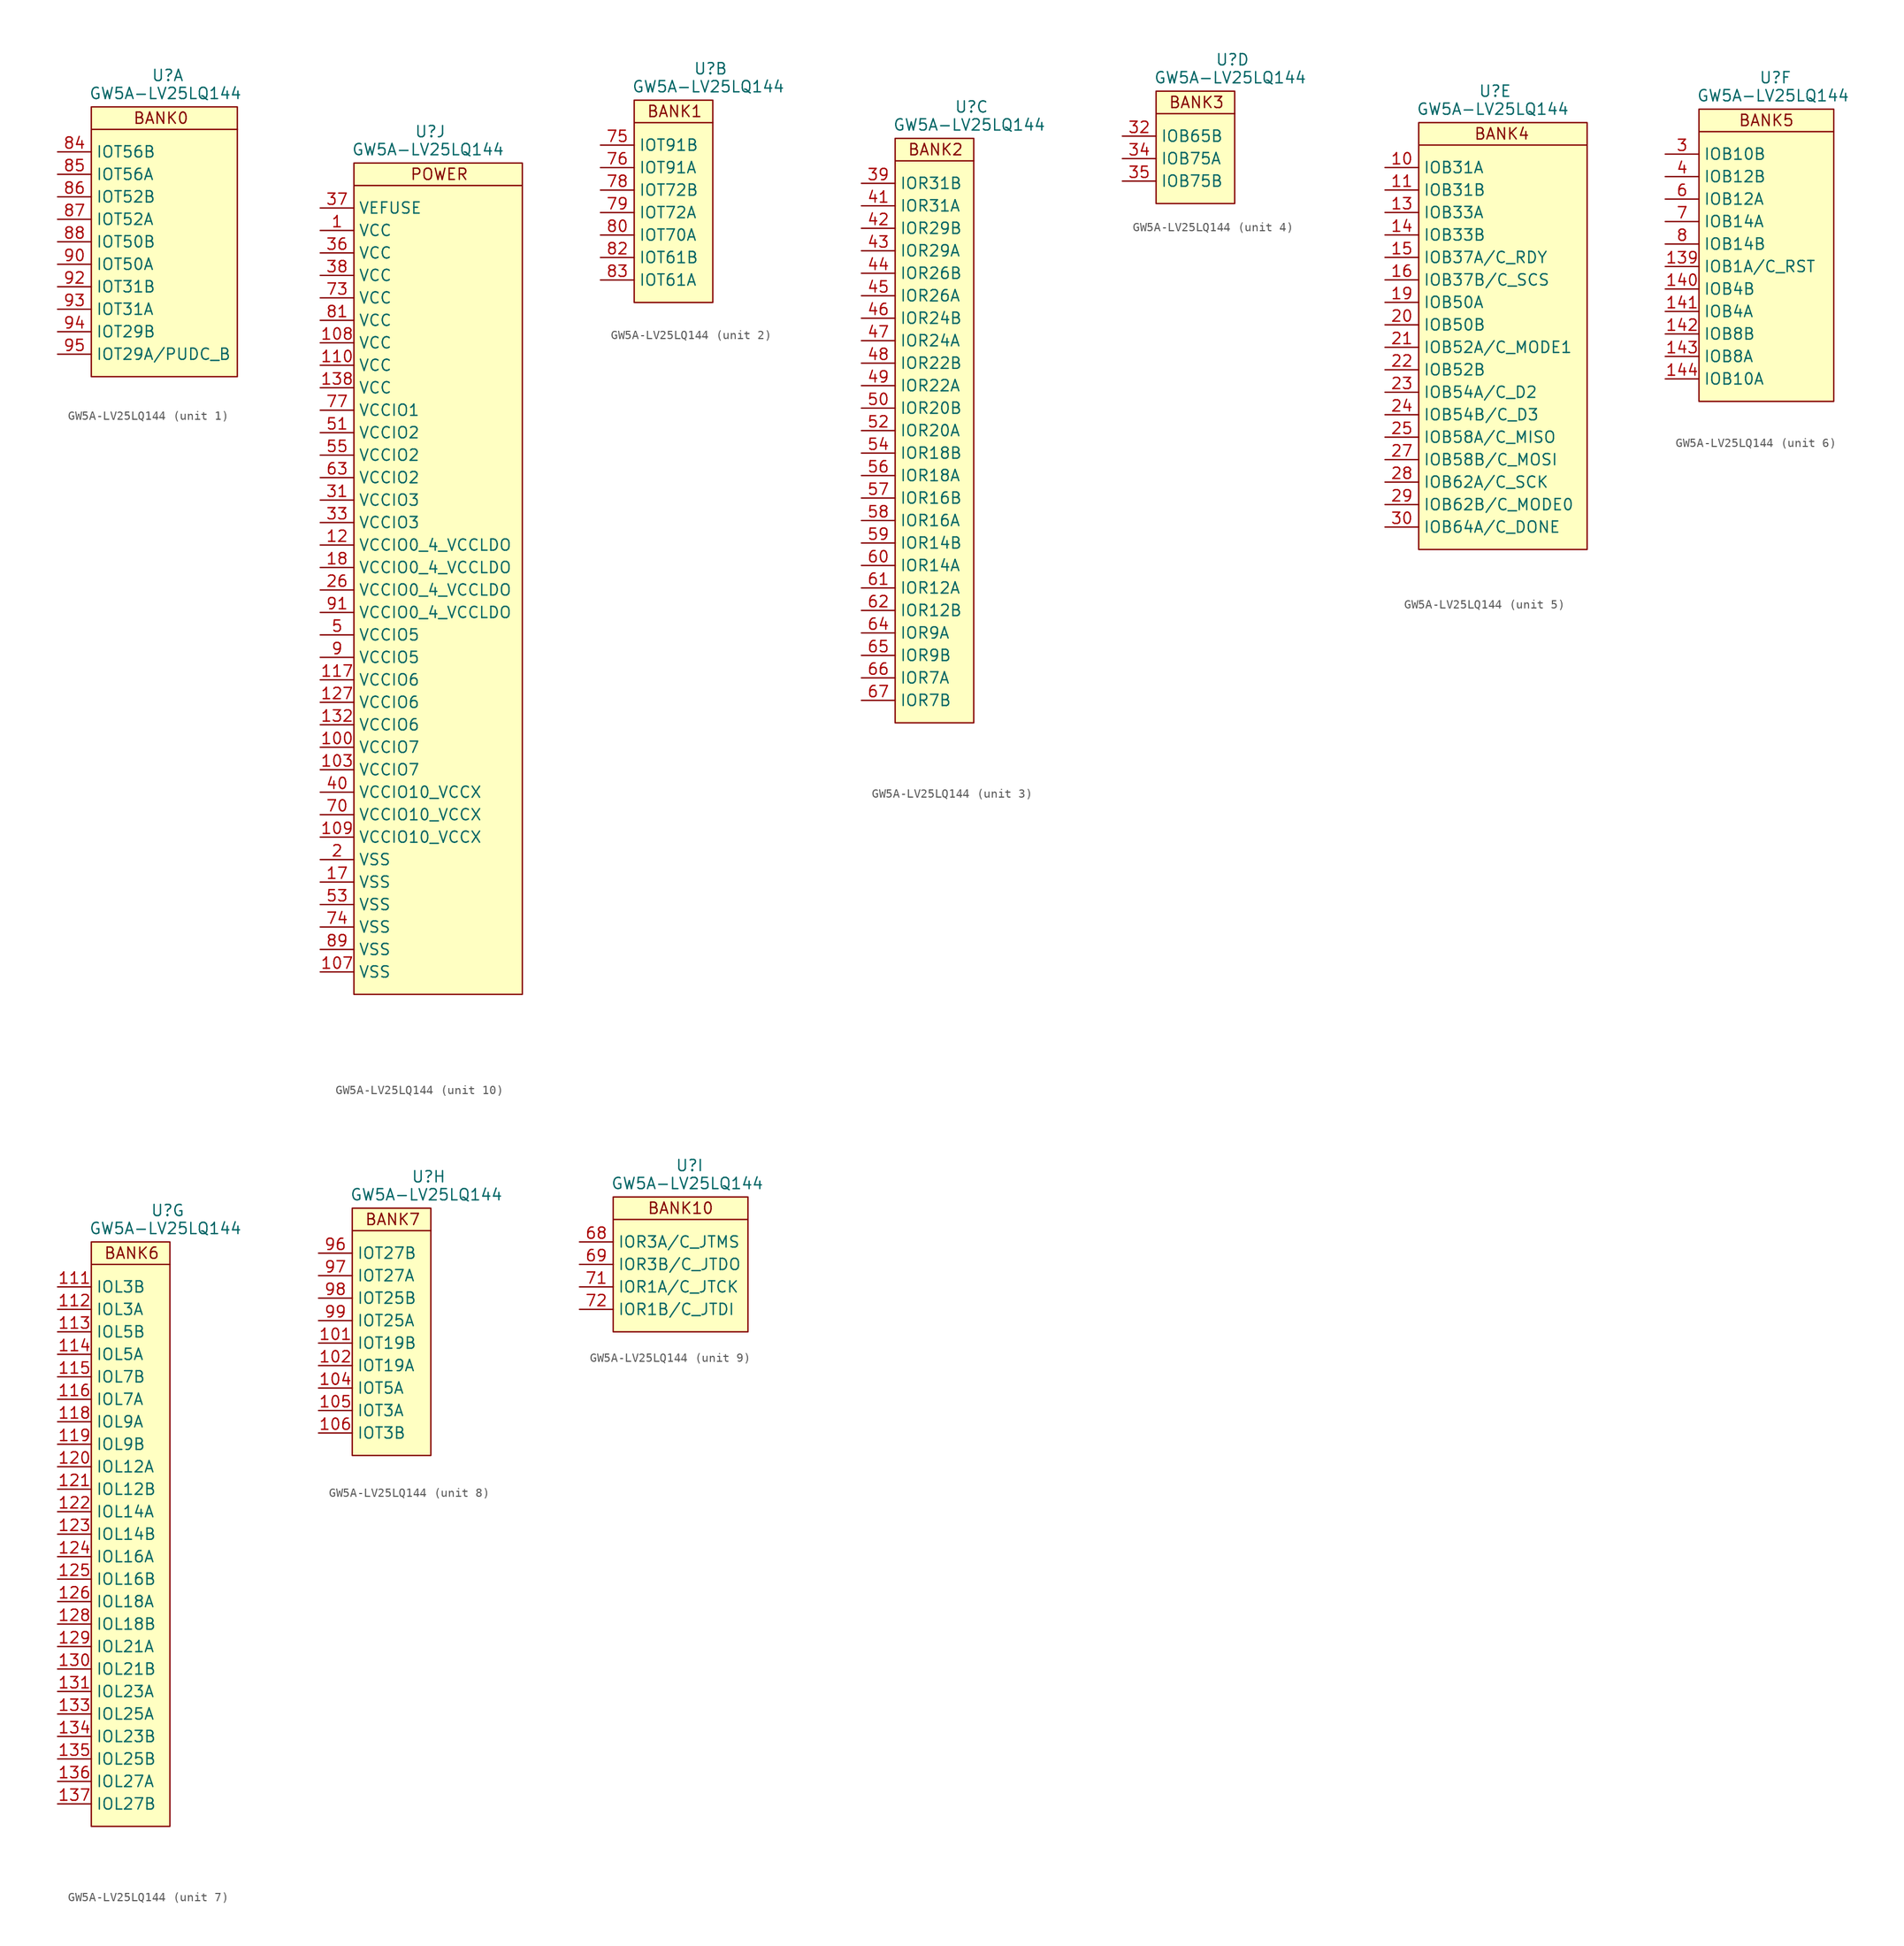
<source format=kicad_sym>
(kicad_symbol_lib
  (version 20241209)
  (generator "kicad_symbol_editor")
  (generator_version "9.0")
  (symbol "GW5A-LV25LQ144"
    (property "Reference" "U"
      (at 8.636 3.556 0)
      (effects (font (size 1.27 1.27))))
    (property "Value" "GW5A-LV25LQ144"
      (at 8.382 1.524 0)
      (effects (font (size 1.27 1.27))))
    (symbol "GW5A-LV25LQ144_1_1"
      (rectangle (start 0 0) (end 16.51 -30.48) (stroke (width 0) (type solid)) (fill (type background)))
      (polyline (pts (xy 0 -2.54) (xy 16.51 -2.54)) (stroke (width 0) (type solid)) (fill (type none)))
      (text "BANK0" (at 7.874 -1.27 0) (effects (font (size 1.27 1.27))))
      (pin bidirectional line (at -3.81 -5.08 0) (length 3.81) (name "IOT56B" (effects (font (size 1.27 1.27)))) (number "84" (effects (font (size 1.27 1.27)))))
      (pin bidirectional line (at -3.81 -7.62 0) (length 3.81) (name "IOT56A" (effects (font (size 1.27 1.27)))) (number "85" (effects (font (size 1.27 1.27)))))
      (pin bidirectional line (at -3.81 -10.16 0) (length 3.81) (name "IOT52B" (effects (font (size 1.27 1.27)))) (number "86" (effects (font (size 1.27 1.27)))))
      (pin bidirectional line (at -3.81 -12.7 0) (length 3.81) (name "IOT52A" (effects (font (size 1.27 1.27)))) (number "87" (effects (font (size 1.27 1.27)))))
      (pin bidirectional line (at -3.81 -15.24 0) (length 3.81) (name "IOT50B" (effects (font (size 1.27 1.27)))) (number "88" (effects (font (size 1.27 1.27)))))
      (pin bidirectional line (at -3.81 -17.78 0) (length 3.81) (name "IOT50A" (effects (font (size 1.27 1.27)))) (number "90" (effects (font (size 1.27 1.27)))))
      (pin bidirectional line (at -3.81 -20.32 0) (length 3.81) (name "IOT31B" (effects (font (size 1.27 1.27)))) (number "92" (effects (font (size 1.27 1.27)))))
      (pin bidirectional line (at -3.81 -22.86 0) (length 3.81) (name "IOT31A" (effects (font (size 1.27 1.27)))) (number "93" (effects (font (size 1.27 1.27)))))
      (pin bidirectional line (at -3.81 -25.4 0) (length 3.81) (name "IOT29B" (effects (font (size 1.27 1.27)))) (number "94" (effects (font (size 1.27 1.27)))))
      (pin bidirectional line (at -3.81 -27.94 0) (length 3.81) (name "IOT29A/PUDC_B" (effects (font (size 1.27 1.27)))) (number "95" (effects (font (size 1.27 1.27))))))
    (symbol "GW5A-LV25LQ144_2_1"
      (rectangle (start 0 0) (end 8.89 -22.86) (stroke (width 0) (type solid)) (fill (type background)))
      (polyline (pts (xy 0 -2.54) (xy 8.89 -2.54)) (stroke (width 0) (type solid)) (fill (type none)))
      (text "BANK1" (at 4.572 -1.27 0) (effects (font (size 1.27 1.27))))
      (pin bidirectional line (at -3.81 -5.08 0) (length 3.81) (name "IOT91B" (effects (font (size 1.27 1.27)))) (number "75" (effects (font (size 1.27 1.27)))))
      (pin bidirectional line (at -3.81 -7.62 0) (length 3.81) (name "IOT91A" (effects (font (size 1.27 1.27)))) (number "76" (effects (font (size 1.27 1.27)))))
      (pin bidirectional line (at -3.81 -10.16 0) (length 3.81) (name "IOT72B" (effects (font (size 1.27 1.27)))) (number "78" (effects (font (size 1.27 1.27)))))
      (pin bidirectional line (at -3.81 -12.7 0) (length 3.81) (name "IOT72A" (effects (font (size 1.27 1.27)))) (number "79" (effects (font (size 1.27 1.27)))))
      (pin bidirectional line (at -3.81 -15.24 0) (length 3.81) (name "IOT70A" (effects (font (size 1.27 1.27)))) (number "80" (effects (font (size 1.27 1.27)))))
      (pin bidirectional line (at -3.81 -17.78 0) (length 3.81) (name "IOT61B" (effects (font (size 1.27 1.27)))) (number "82" (effects (font (size 1.27 1.27)))))
      (pin bidirectional line (at -3.81 -20.32 0) (length 3.81) (name "IOT61A" (effects (font (size 1.27 1.27)))) (number "83" (effects (font (size 1.27 1.27))))))
    (symbol "GW5A-LV25LQ144_3_1"
      (rectangle (start 0 0) (end 8.89 -66.04) (stroke (width 0) (type solid)) (fill (type background)))
      (polyline (pts (xy 0 -2.54) (xy 8.89 -2.54)) (stroke (width 0) (type solid)) (fill (type none)))
      (text "BANK2" (at 4.572 -1.27 0) (effects (font (size 1.27 1.27))))
      (pin bidirectional line (at -3.81 -5.08 0) (length 3.81) (name "IOR31B" (effects (font (size 1.27 1.27)))) (number "39" (effects (font (size 1.27 1.27)))))
      (pin bidirectional line (at -3.81 -7.62 0) (length 3.81) (name "IOR31A" (effects (font (size 1.27 1.27)))) (number "41" (effects (font (size 1.27 1.27)))))
      (pin bidirectional line (at -3.81 -10.16 0) (length 3.81) (name "IOR29B" (effects (font (size 1.27 1.27)))) (number "42" (effects (font (size 1.27 1.27)))))
      (pin bidirectional line (at -3.81 -12.7 0) (length 3.81) (name "IOR29A" (effects (font (size 1.27 1.27)))) (number "43" (effects (font (size 1.27 1.27)))))
      (pin bidirectional line (at -3.81 -15.24 0) (length 3.81) (name "IOR26B" (effects (font (size 1.27 1.27)))) (number "44" (effects (font (size 1.27 1.27)))))
      (pin bidirectional line (at -3.81 -17.78 0) (length 3.81) (name "IOR26A" (effects (font (size 1.27 1.27)))) (number "45" (effects (font (size 1.27 1.27)))))
      (pin bidirectional line (at -3.81 -20.32 0) (length 3.81) (name "IOR24B" (effects (font (size 1.27 1.27)))) (number "46" (effects (font (size 1.27 1.27)))))
      (pin bidirectional line (at -3.81 -22.86 0) (length 3.81) (name "IOR24A" (effects (font (size 1.27 1.27)))) (number "47" (effects (font (size 1.27 1.27)))))
      (pin bidirectional line (at -3.81 -25.4 0) (length 3.81) (name "IOR22B" (effects (font (size 1.27 1.27)))) (number "48" (effects (font (size 1.27 1.27)))))
      (pin bidirectional line (at -3.81 -27.94 0) (length 3.81) (name "IOR22A" (effects (font (size 1.27 1.27)))) (number "49" (effects (font (size 1.27 1.27)))))
      (pin bidirectional line (at -3.81 -30.48 0) (length 3.81) (name "IOR20B" (effects (font (size 1.27 1.27)))) (number "50" (effects (font (size 1.27 1.27)))))
      (pin bidirectional line (at -3.81 -33.02 0) (length 3.81) (name "IOR20A" (effects (font (size 1.27 1.27)))) (number "52" (effects (font (size 1.27 1.27)))))
      (pin bidirectional line (at -3.81 -35.56 0) (length 3.81) (name "IOR18B" (effects (font (size 1.27 1.27)))) (number "54" (effects (font (size 1.27 1.27)))))
      (pin bidirectional line (at -3.81 -38.1 0) (length 3.81) (name "IOR18A" (effects (font (size 1.27 1.27)))) (number "56" (effects (font (size 1.27 1.27)))))
      (pin bidirectional line (at -3.81 -40.64 0) (length 3.81) (name "IOR16B" (effects (font (size 1.27 1.27)))) (number "57" (effects (font (size 1.27 1.27)))))
      (pin bidirectional line (at -3.81 -43.18 0) (length 3.81) (name "IOR16A" (effects (font (size 1.27 1.27)))) (number "58" (effects (font (size 1.27 1.27)))))
      (pin bidirectional line (at -3.81 -45.72 0) (length 3.81) (name "IOR14B" (effects (font (size 1.27 1.27)))) (number "59" (effects (font (size 1.27 1.27)))))
      (pin bidirectional line (at -3.81 -48.26 0) (length 3.81) (name "IOR14A" (effects (font (size 1.27 1.27)))) (number "60" (effects (font (size 1.27 1.27)))))
      (pin bidirectional line (at -3.81 -50.8 0) (length 3.81) (name "IOR12A" (effects (font (size 1.27 1.27)))) (number "61" (effects (font (size 1.27 1.27)))))
      (pin bidirectional line (at -3.81 -53.34 0) (length 3.81) (name "IOR12B" (effects (font (size 1.27 1.27)))) (number "62" (effects (font (size 1.27 1.27)))))
      (pin bidirectional line (at -3.81 -55.88 0) (length 3.81) (name "IOR9A" (effects (font (size 1.27 1.27)))) (number "64" (effects (font (size 1.27 1.27)))))
      (pin bidirectional line (at -3.81 -58.42 0) (length 3.81) (name "IOR9B" (effects (font (size 1.27 1.27)))) (number "65" (effects (font (size 1.27 1.27)))))
      (pin bidirectional line (at -3.81 -60.96 0) (length 3.81) (name "IOR7A" (effects (font (size 1.27 1.27)))) (number "66" (effects (font (size 1.27 1.27)))))
      (pin bidirectional line (at -3.81 -63.5 0) (length 3.81) (name "IOR7B" (effects (font (size 1.27 1.27)))) (number "67" (effects (font (size 1.27 1.27))))))
    (symbol "GW5A-LV25LQ144_4_1"
      (rectangle (start 0 0) (end 8.89 -12.7) (stroke (width 0) (type solid)) (fill (type background)))
      (polyline (pts (xy 0 -2.54) (xy 8.89 -2.54)) (stroke (width 0) (type solid)) (fill (type none)))
      (text "BANK3" (at 4.572 -1.27 0) (effects (font (size 1.27 1.27))))
      (pin bidirectional line (at -3.81 -5.08 0) (length 3.81) (name "IOB65B" (effects (font (size 1.27 1.27)))) (number "32" (effects (font (size 1.27 1.27)))))
      (pin bidirectional line (at -3.81 -7.62 0) (length 3.81) (name "IOB75A" (effects (font (size 1.27 1.27)))) (number "34" (effects (font (size 1.27 1.27)))))
      (pin bidirectional line (at -3.81 -10.16 0) (length 3.81) (name "IOB75B" (effects (font (size 1.27 1.27)))) (number "35" (effects (font (size 1.27 1.27))))))
    (symbol "GW5A-LV25LQ144_5_1"
      (rectangle (start 0 0) (end 19.05 -48.26) (stroke (width 0) (type solid)) (fill (type background)))
      (polyline (pts (xy 0 -2.54) (xy 19.05 -2.54)) (stroke (width 0) (type solid)) (fill (type none)))
      (text "BANK4" (at 9.398 -1.27 0) (effects (font (size 1.27 1.27))))
      (pin bidirectional line (at -3.81 -5.08 0) (length 3.81) (name "IOB31A" (effects (font (size 1.27 1.27)))) (number "10" (effects (font (size 1.27 1.27)))))
      (pin bidirectional line (at -3.81 -7.62 0) (length 3.81) (name "IOB31B" (effects (font (size 1.27 1.27)))) (number "11" (effects (font (size 1.27 1.27)))))
      (pin bidirectional line (at -3.81 -10.16 0) (length 3.81) (name "IOB33A" (effects (font (size 1.27 1.27)))) (number "13" (effects (font (size 1.27 1.27)))))
      (pin bidirectional line (at -3.81 -12.7 0) (length 3.81) (name "IOB33B" (effects (font (size 1.27 1.27)))) (number "14" (effects (font (size 1.27 1.27)))))
      (pin bidirectional line (at -3.81 -15.24 0) (length 3.81) (name "IOB37A/C_RDY" (effects (font (size 1.27 1.27)))) (number "15" (effects (font (size 1.27 1.27)))))
      (pin bidirectional line (at -3.81 -17.78 0) (length 3.81) (name "IOB37B/C_SCS" (effects (font (size 1.27 1.27)))) (number "16" (effects (font (size 1.27 1.27)))))
      (pin bidirectional line (at -3.81 -20.32 0) (length 3.81) (name "IOB50A" (effects (font (size 1.27 1.27)))) (number "19" (effects (font (size 1.27 1.27)))))
      (pin bidirectional line (at -3.81 -22.86 0) (length 3.81) (name "IOB50B" (effects (font (size 1.27 1.27)))) (number "20" (effects (font (size 1.27 1.27)))))
      (pin bidirectional line (at -3.81 -25.4 0) (length 3.81) (name "IOB52A/C_MODE1" (effects (font (size 1.27 1.27)))) (number "21" (effects (font (size 1.27 1.27)))))
      (pin bidirectional line (at -3.81 -27.94 0) (length 3.81) (name "IOB52B" (effects (font (size 1.27 1.27)))) (number "22" (effects (font (size 1.27 1.27)))))
      (pin bidirectional line (at -3.81 -30.48 0) (length 3.81) (name "IOB54A/C_D2" (effects (font (size 1.27 1.27)))) (number "23" (effects (font (size 1.27 1.27)))))
      (pin bidirectional line (at -3.81 -33.02 0) (length 3.81) (name "IOB54B/C_D3" (effects (font (size 1.27 1.27)))) (number "24" (effects (font (size 1.27 1.27)))))
      (pin bidirectional line (at -3.81 -35.56 0) (length 3.81) (name "IOB58A/C_MISO" (effects (font (size 1.27 1.27)))) (number "25" (effects (font (size 1.27 1.27)))))
      (pin bidirectional line (at -3.81 -38.1 0) (length 3.81) (name "IOB58B/C_MOSI" (effects (font (size 1.27 1.27)))) (number "27" (effects (font (size 1.27 1.27)))))
      (pin bidirectional line (at -3.81 -40.64 0) (length 3.81) (name "IOB62A/C_SCK" (effects (font (size 1.27 1.27)))) (number "28" (effects (font (size 1.27 1.27)))))
      (pin bidirectional line (at -3.81 -43.18 0) (length 3.81) (name "IOB62B/C_MODE0" (effects (font (size 1.27 1.27)))) (number "29" (effects (font (size 1.27 1.27)))))
      (pin bidirectional line (at -3.81 -45.72 0) (length 3.81) (name "IOB64A/C_DONE" (effects (font (size 1.27 1.27)))) (number "30" (effects (font (size 1.27 1.27))))))
    (symbol "GW5A-LV25LQ144_6_1"
      (rectangle (start 0 0) (end 15.24 -33.02) (stroke (width 0) (type solid)) (fill (type background)))
      (polyline (pts (xy 0 -2.54) (xy 15.24 -2.54)) (stroke (width 0) (type solid)) (fill (type none)))
      (text "BANK5" (at 7.62 -1.27 0) (effects (font (size 1.27 1.27))))
      (pin bidirectional line (at -3.81 -5.08 0) (length 3.81) (name "IOB10B" (effects (font (size 1.27 1.27)))) (number "3" (effects (font (size 1.27 1.27)))))
      (pin bidirectional line (at -3.81 -7.62 0) (length 3.81) (name "IOB12B" (effects (font (size 1.27 1.27)))) (number "4" (effects (font (size 1.27 1.27)))))
      (pin bidirectional line (at -3.81 -10.16 0) (length 3.81) (name "IOB12A" (effects (font (size 1.27 1.27)))) (number "6" (effects (font (size 1.27 1.27)))))
      (pin bidirectional line (at -3.81 -12.7 0) (length 3.81) (name "IOB14A" (effects (font (size 1.27 1.27)))) (number "7" (effects (font (size 1.27 1.27)))))
      (pin bidirectional line (at -3.81 -15.24 0) (length 3.81) (name "IOB14B" (effects (font (size 1.27 1.27)))) (number "8" (effects (font (size 1.27 1.27)))))
      (pin bidirectional line (at -3.81 -17.78 0) (length 3.81) (name "IOB1A/C_RST" (effects (font (size 1.27 1.27)))) (number "139" (effects (font (size 1.27 1.27)))))
      (pin bidirectional line (at -3.81 -20.32 0) (length 3.81) (name "IOB4B" (effects (font (size 1.27 1.27)))) (number "140" (effects (font (size 1.27 1.27)))))
      (pin bidirectional line (at -3.81 -22.86 0) (length 3.81) (name "IOB4A" (effects (font (size 1.27 1.27)))) (number "141" (effects (font (size 1.27 1.27)))))
      (pin bidirectional line (at -3.81 -25.4 0) (length 3.81) (name "IOB8B" (effects (font (size 1.27 1.27)))) (number "142" (effects (font (size 1.27 1.27)))))
      (pin bidirectional line (at -3.81 -27.94 0) (length 3.81) (name "IOB8A" (effects (font (size 1.27 1.27)))) (number "143" (effects (font (size 1.27 1.27)))))
      (pin bidirectional line (at -3.81 -30.48 0) (length 3.81) (name "IOB10A" (effects (font (size 1.27 1.27)))) (number "144" (effects (font (size 1.27 1.27))))))
    (symbol "GW5A-LV25LQ144_7_1"
      (rectangle (start 0 0) (end 8.89 -66.04) (stroke (width 0) (type solid)) (fill (type background)))
      (polyline (pts (xy 0 -2.54) (xy 8.89 -2.54)) (stroke (width 0) (type solid)) (fill (type none)))
      (text "BANK6" (at 4.572 -1.27 0) (effects (font (size 1.27 1.27))))
      (pin bidirectional line (at -3.81 -5.08 0) (length 3.81) (name "IOL3B" (effects (font (size 1.27 1.27)))) (number "111" (effects (font (size 1.27 1.27)))))
      (pin bidirectional line (at -3.81 -7.62 0) (length 3.81) (name "IOL3A" (effects (font (size 1.27 1.27)))) (number "112" (effects (font (size 1.27 1.27)))))
      (pin bidirectional line (at -3.81 -10.16 0) (length 3.81) (name "IOL5B" (effects (font (size 1.27 1.27)))) (number "113" (effects (font (size 1.27 1.27)))))
      (pin bidirectional line (at -3.81 -12.7 0) (length 3.81) (name "IOL5A" (effects (font (size 1.27 1.27)))) (number "114" (effects (font (size 1.27 1.27)))))
      (pin bidirectional line (at -3.81 -15.24 0) (length 3.81) (name "IOL7B" (effects (font (size 1.27 1.27)))) (number "115" (effects (font (size 1.27 1.27)))))
      (pin bidirectional line (at -3.81 -17.78 0) (length 3.81) (name "IOL7A" (effects (font (size 1.27 1.27)))) (number "116" (effects (font (size 1.27 1.27)))))
      (pin bidirectional line (at -3.81 -20.32 0) (length 3.81) (name "IOL9A" (effects (font (size 1.27 1.27)))) (number "118" (effects (font (size 1.27 1.27)))))
      (pin bidirectional line (at -3.81 -22.86 0) (length 3.81) (name "IOL9B" (effects (font (size 1.27 1.27)))) (number "119" (effects (font (size 1.27 1.27)))))
      (pin bidirectional line (at -3.81 -25.4 0) (length 3.81) (name "IOL12A" (effects (font (size 1.27 1.27)))) (number "120" (effects (font (size 1.27 1.27)))))
      (pin bidirectional line (at -3.81 -27.94 0) (length 3.81) (name "IOL12B" (effects (font (size 1.27 1.27)))) (number "121" (effects (font (size 1.27 1.27)))))
      (pin bidirectional line (at -3.81 -30.48 0) (length 3.81) (name "IOL14A" (effects (font (size 1.27 1.27)))) (number "122" (effects (font (size 1.27 1.27)))))
      (pin bidirectional line (at -3.81 -33.02 0) (length 3.81) (name "IOL14B" (effects (font (size 1.27 1.27)))) (number "123" (effects (font (size 1.27 1.27)))))
      (pin bidirectional line (at -3.81 -35.56 0) (length 3.81) (name "IOL16A" (effects (font (size 1.27 1.27)))) (number "124" (effects (font (size 1.27 1.27)))))
      (pin bidirectional line (at -3.81 -38.1 0) (length 3.81) (name "IOL16B" (effects (font (size 1.27 1.27)))) (number "125" (effects (font (size 1.27 1.27)))))
      (pin bidirectional line (at -3.81 -40.64 0) (length 3.81) (name "IOL18A" (effects (font (size 1.27 1.27)))) (number "126" (effects (font (size 1.27 1.27)))))
      (pin bidirectional line (at -3.81 -43.18 0) (length 3.81) (name "IOL18B" (effects (font (size 1.27 1.27)))) (number "128" (effects (font (size 1.27 1.27)))))
      (pin bidirectional line (at -3.81 -45.72 0) (length 3.81) (name "IOL21A" (effects (font (size 1.27 1.27)))) (number "129" (effects (font (size 1.27 1.27)))))
      (pin bidirectional line (at -3.81 -48.26 0) (length 3.81) (name "IOL21B" (effects (font (size 1.27 1.27)))) (number "130" (effects (font (size 1.27 1.27)))))
      (pin bidirectional line (at -3.81 -50.8 0) (length 3.81) (name "IOL23A" (effects (font (size 1.27 1.27)))) (number "131" (effects (font (size 1.27 1.27)))))
      (pin bidirectional line (at -3.81 -53.34 0) (length 3.81) (name "IOL25A" (effects (font (size 1.27 1.27)))) (number "133" (effects (font (size 1.27 1.27)))))
      (pin bidirectional line (at -3.81 -55.88 0) (length 3.81) (name "IOL23B" (effects (font (size 1.27 1.27)))) (number "134" (effects (font (size 1.27 1.27)))))
      (pin bidirectional line (at -3.81 -58.42 0) (length 3.81) (name "IOL25B" (effects (font (size 1.27 1.27)))) (number "135" (effects (font (size 1.27 1.27)))))
      (pin bidirectional line (at -3.81 -60.96 0) (length 3.81) (name "IOL27A" (effects (font (size 1.27 1.27)))) (number "136" (effects (font (size 1.27 1.27)))))
      (pin bidirectional line (at -3.81 -63.5 0) (length 3.81) (name "IOL27B" (effects (font (size 1.27 1.27)))) (number "137" (effects (font (size 1.27 1.27))))))
    (symbol "GW5A-LV25LQ144_8_1"
      (rectangle (start 0 0) (end 8.89 -27.94) (stroke (width 0) (type solid)) (fill (type background)))
      (polyline (pts (xy 0 -2.54) (xy 8.89 -2.54)) (stroke (width 0) (type solid)) (fill (type none)))
      (text "BANK7" (at 4.572 -1.27 0) (effects (font (size 1.27 1.27))))
      (pin bidirectional line (at -3.81 -5.08 0) (length 3.81) (name "IOT27B" (effects (font (size 1.27 1.27)))) (number "96" (effects (font (size 1.27 1.27)))))
      (pin bidirectional line (at -3.81 -7.62 0) (length 3.81) (name "IOT27A" (effects (font (size 1.27 1.27)))) (number "97" (effects (font (size 1.27 1.27)))))
      (pin bidirectional line (at -3.81 -10.16 0) (length 3.81) (name "IOT25B" (effects (font (size 1.27 1.27)))) (number "98" (effects (font (size 1.27 1.27)))))
      (pin bidirectional line (at -3.81 -12.7 0) (length 3.81) (name "IOT25A" (effects (font (size 1.27 1.27)))) (number "99" (effects (font (size 1.27 1.27)))))
      (pin bidirectional line (at -3.81 -15.24 0) (length 3.81) (name "IOT19B" (effects (font (size 1.27 1.27)))) (number "101" (effects (font (size 1.27 1.27)))))
      (pin bidirectional line (at -3.81 -17.78 0) (length 3.81) (name "IOT19A" (effects (font (size 1.27 1.27)))) (number "102" (effects (font (size 1.27 1.27)))))
      (pin bidirectional line (at -3.81 -20.32 0) (length 3.81) (name "IOT5A" (effects (font (size 1.27 1.27)))) (number "104" (effects (font (size 1.27 1.27)))))
      (pin bidirectional line (at -3.81 -22.86 0) (length 3.81) (name "IOT3A" (effects (font (size 1.27 1.27)))) (number "105" (effects (font (size 1.27 1.27)))))
      (pin bidirectional line (at -3.81 -25.4 0) (length 3.81) (name "IOT3B" (effects (font (size 1.27 1.27)))) (number "106" (effects (font (size 1.27 1.27))))))
    (symbol "GW5A-LV25LQ144_9_1"
      (rectangle (start 0 0) (end 15.24 -15.24) (stroke (width 0) (type solid)) (fill (type background)))
      (polyline (pts (xy 0 -2.54) (xy 15.24 -2.54)) (stroke (width 0) (type solid)) (fill (type none)))
      (text "BANK10" (at 7.62 -1.27 0) (effects (font (size 1.27 1.27))))
      (pin bidirectional line (at -3.81 -5.08 0) (length 3.81) (name "IOR3A/C_JTMS" (effects (font (size 1.27 1.27)))) (number "68" (effects (font (size 1.27 1.27)))))
      (pin bidirectional line (at -3.81 -7.62 0) (length 3.81) (name "IOR3B/C_JTDO" (effects (font (size 1.27 1.27)))) (number "69" (effects (font (size 1.27 1.27)))))
      (pin bidirectional line (at -3.81 -10.16 0) (length 3.81) (name "IOR1A/C_JTCK" (effects (font (size 1.27 1.27)))) (number "71" (effects (font (size 1.27 1.27)))))
      (pin bidirectional line (at -3.81 -12.7 0) (length 3.81) (name "IOR1B/C_JTDI" (effects (font (size 1.27 1.27)))) (number "72" (effects (font (size 1.27 1.27))))))
    (symbol "GW5A-LV25LQ144_10_1"
      (rectangle (start 0 0) (end 19.05 -93.98) (stroke (width 0) (type solid)) (fill (type background)))
      (polyline (pts (xy 0 -2.54) (xy 19.05 -2.54)) (stroke (width 0) (type solid)) (fill (type none)))
      (text "POWER" (at 9.652 -1.27 0) (effects (font (size 1.27 1.27))))
      (pin power_in line (at -3.81 -5.08 0) (length 3.81) (name "VEFUSE" (effects (font (size 1.27 1.27)))) (number "37" (effects (font (size 1.27 1.27)))))
      (pin power_in line (at -3.81 -7.62 0) (length 3.81) (name "VCC" (effects (font (size 1.27 1.27)))) (number "1" (effects (font (size 1.27 1.27)))))
      (pin power_in line (at -3.81 -10.16 0) (length 3.81) (name "VCC" (effects (font (size 1.27 1.27)))) (number "36" (effects (font (size 1.27 1.27)))))
      (pin power_in line (at -3.81 -12.7 0) (length 3.81) (name "VCC" (effects (font (size 1.27 1.27)))) (number "38" (effects (font (size 1.27 1.27)))))
      (pin power_in line (at -3.81 -15.24 0) (length 3.81) (name "VCC" (effects (font (size 1.27 1.27)))) (number "73" (effects (font (size 1.27 1.27)))))
      (pin power_in line (at -3.81 -17.78 0) (length 3.81) (name "VCC" (effects (font (size 1.27 1.27)))) (number "81" (effects (font (size 1.27 1.27)))))
      (pin power_in line (at -3.81 -20.32 0) (length 3.81) (name "VCC" (effects (font (size 1.27 1.27)))) (number "108" (effects (font (size 1.27 1.27)))))
      (pin power_in line (at -3.81 -22.86 0) (length 3.81) (name "VCC" (effects (font (size 1.27 1.27)))) (number "110" (effects (font (size 1.27 1.27)))))
      (pin power_in line (at -3.81 -25.4 0) (length 3.81) (name "VCC" (effects (font (size 1.27 1.27)))) (number "138" (effects (font (size 1.27 1.27)))))
      (pin power_in line (at -3.81 -27.94 0) (length 3.81) (name "VCCIO1" (effects (font (size 1.27 1.27)))) (number "77" (effects (font (size 1.27 1.27)))))
      (pin power_in line (at -3.81 -30.48 0) (length 3.81) (name "VCCIO2" (effects (font (size 1.27 1.27)))) (number "51" (effects (font (size 1.27 1.27)))))
      (pin power_in line (at -3.81 -33.02 0) (length 3.81) (name "VCCIO2" (effects (font (size 1.27 1.27)))) (number "55" (effects (font (size 1.27 1.27)))))
      (pin power_in line (at -3.81 -35.56 0) (length 3.81) (name "VCCIO2" (effects (font (size 1.27 1.27)))) (number "63" (effects (font (size 1.27 1.27)))))
      (pin power_in line (at -3.81 -38.1 0) (length 3.81) (name "VCCIO3" (effects (font (size 1.27 1.27)))) (number "31" (effects (font (size 1.27 1.27)))))
      (pin power_in line (at -3.81 -40.64 0) (length 3.81) (name "VCCIO3" (effects (font (size 1.27 1.27)))) (number "33" (effects (font (size 1.27 1.27)))))
      (pin power_in line (at -3.81 -43.18 0) (length 3.81) (name "VCCIO0_4_VCCLDO" (effects (font (size 1.27 1.27)))) (number "12" (effects (font (size 1.27 1.27)))))
      (pin power_in line (at -3.81 -45.72 0) (length 3.81) (name "VCCIO0_4_VCCLDO" (effects (font (size 1.27 1.27)))) (number "18" (effects (font (size 1.27 1.27)))))
      (pin power_in line (at -3.81 -48.26 0) (length 3.81) (name "VCCIO0_4_VCCLDO" (effects (font (size 1.27 1.27)))) (number "26" (effects (font (size 1.27 1.27)))))
      (pin power_in line (at -3.81 -50.8 0) (length 3.81) (name "VCCIO0_4_VCCLDO" (effects (font (size 1.27 1.27)))) (number "91" (effects (font (size 1.27 1.27)))))
      (pin power_in line (at -3.81 -53.34 0) (length 3.81) (name "VCCIO5" (effects (font (size 1.27 1.27)))) (number "5" (effects (font (size 1.27 1.27)))))
      (pin power_in line (at -3.81 -55.88 0) (length 3.81) (name "VCCIO5" (effects (font (size 1.27 1.27)))) (number "9" (effects (font (size 1.27 1.27)))))
      (pin power_in line (at -3.81 -58.42 0) (length 3.81) (name "VCCIO6" (effects (font (size 1.27 1.27)))) (number "117" (effects (font (size 1.27 1.27)))))
      (pin power_in line (at -3.81 -60.96 0) (length 3.81) (name "VCCIO6" (effects (font (size 1.27 1.27)))) (number "127" (effects (font (size 1.27 1.27)))))
      (pin power_in line (at -3.81 -63.5 0) (length 3.81) (name "VCCIO6" (effects (font (size 1.27 1.27)))) (number "132" (effects (font (size 1.27 1.27)))))
      (pin power_in line (at -3.81 -66.04 0) (length 3.81) (name "VCCIO7" (effects (font (size 1.27 1.27)))) (number "100" (effects (font (size 1.27 1.27)))))
      (pin power_in line (at -3.81 -68.58 0) (length 3.81) (name "VCCIO7" (effects (font (size 1.27 1.27)))) (number "103" (effects (font (size 1.27 1.27)))))
      (pin power_in line (at -3.81 -71.12 0) (length 3.81) (name "VCCIO10_VCCX" (effects (font (size 1.27 1.27)))) (number "40" (effects (font (size 1.27 1.27)))))
      (pin power_in line (at -3.81 -73.66 0) (length 3.81) (name "VCCIO10_VCCX" (effects (font (size 1.27 1.27)))) (number "70" (effects (font (size 1.27 1.27)))))
      (pin power_in line (at -3.81 -76.2 0) (length 3.81) (name "VCCIO10_VCCX" (effects (font (size 1.27 1.27)))) (number "109" (effects (font (size 1.27 1.27)))))
      (pin power_in line (at -3.81 -78.74 0) (length 3.81) (name "VSS" (effects (font (size 1.27 1.27)))) (number "2" (effects (font (size 1.27 1.27)))))
      (pin power_in line (at -3.81 -81.28 0) (length 3.81) (name "VSS" (effects (font (size 1.27 1.27)))) (number "17" (effects (font (size 1.27 1.27)))))
      (pin power_in line (at -3.81 -83.82 0) (length 3.81) (name "VSS" (effects (font (size 1.27 1.27)))) (number "53" (effects (font (size 1.27 1.27)))))
      (pin power_in line (at -3.81 -86.36 0) (length 3.81) (name "VSS" (effects (font (size 1.27 1.27)))) (number "74" (effects (font (size 1.27 1.27)))))
      (pin power_in line (at -3.81 -88.9 0) (length 3.81) (name "VSS" (effects (font (size 1.27 1.27)))) (number "89" (effects (font (size 1.27 1.27)))))
      (pin power_in line (at -3.81 -91.44 0) (length 3.81) (name "VSS" (effects (font (size 1.27 1.27)))) (number "107" (effects (font (size 1.27 1.27))))))))
</source>
